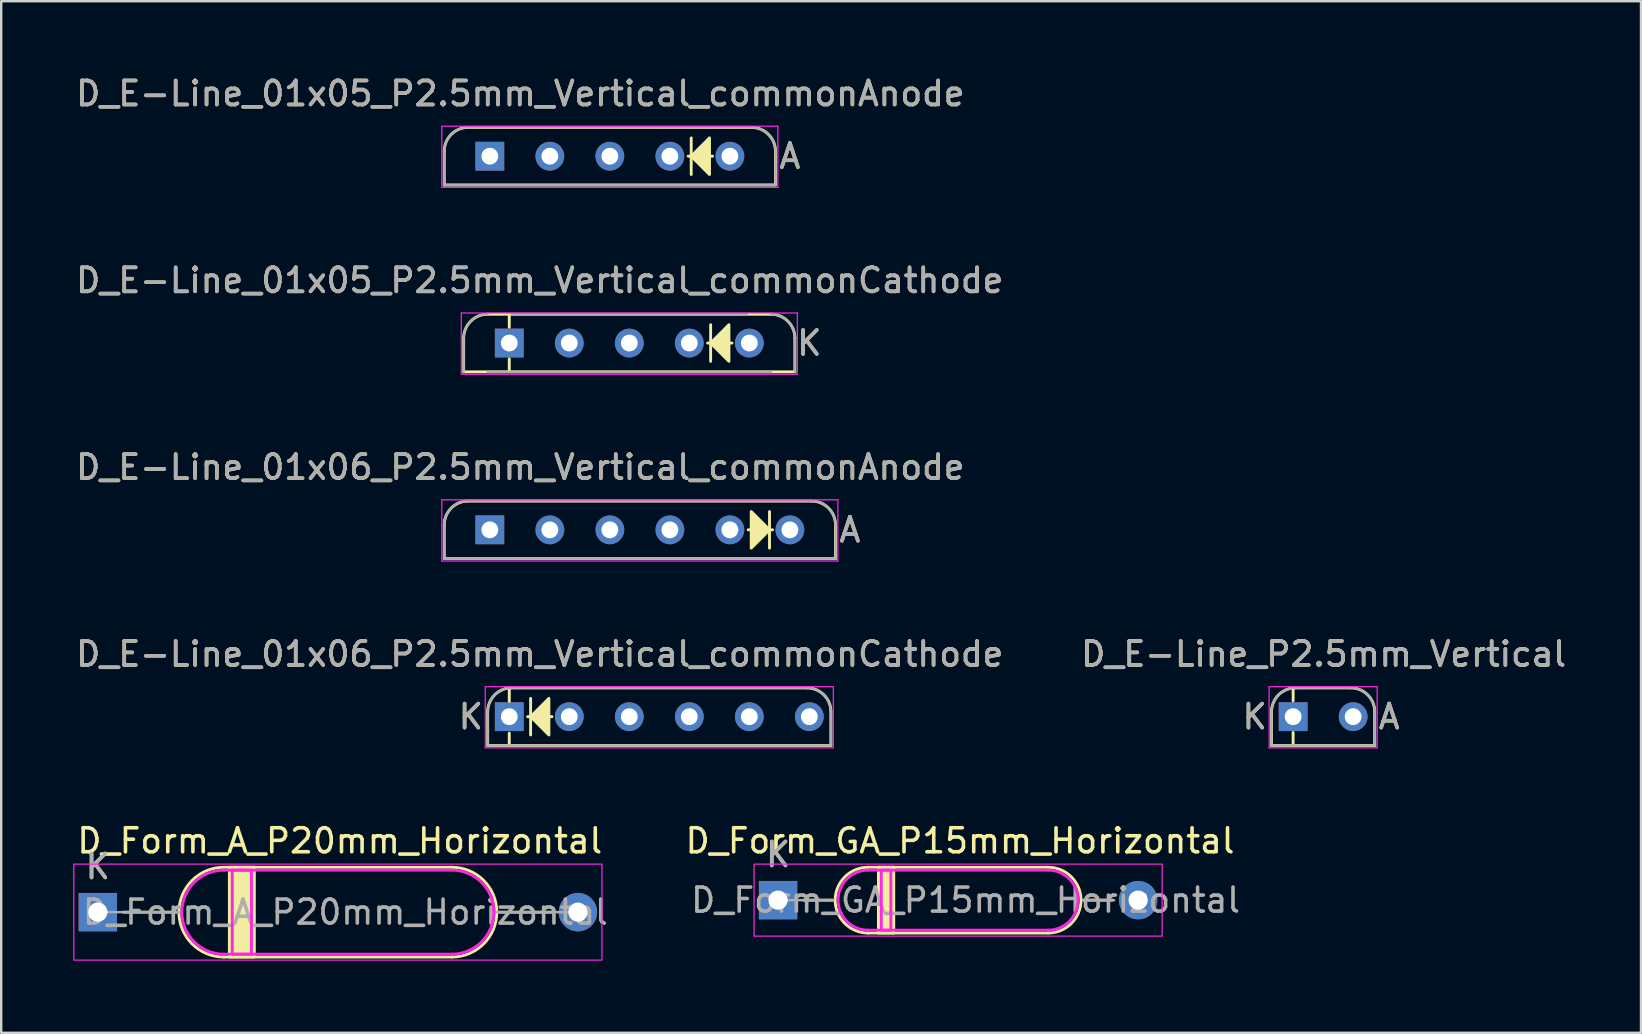
<source format=kicad_pcb>
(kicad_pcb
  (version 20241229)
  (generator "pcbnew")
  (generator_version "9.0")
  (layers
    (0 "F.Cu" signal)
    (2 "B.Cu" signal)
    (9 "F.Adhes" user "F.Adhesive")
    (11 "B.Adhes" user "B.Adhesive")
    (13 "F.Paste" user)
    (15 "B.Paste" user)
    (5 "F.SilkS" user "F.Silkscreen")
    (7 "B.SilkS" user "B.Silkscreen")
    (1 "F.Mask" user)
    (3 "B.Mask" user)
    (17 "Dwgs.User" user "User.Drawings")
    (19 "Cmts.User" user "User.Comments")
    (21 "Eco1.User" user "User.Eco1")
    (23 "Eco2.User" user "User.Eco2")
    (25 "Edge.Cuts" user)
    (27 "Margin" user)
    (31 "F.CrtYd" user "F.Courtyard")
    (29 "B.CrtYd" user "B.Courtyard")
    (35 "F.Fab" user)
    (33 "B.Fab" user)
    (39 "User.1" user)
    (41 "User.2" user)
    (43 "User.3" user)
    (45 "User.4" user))
  (footprint "D_E-Line_01x05_P2.5mm_Vertical_commonCathode"
    (layer "F.Cu")
    (at 18.165 11.24)
    (property "Reference" "D_E-Line_01x05_P2.5mm_Vertical_commonCathode" (at 1.27 -2.609 0) (layer "F.SilkS") (effects (font (size 1 1) (thickness 0.15))))
    (attr through_hole)
    (fp_line (start -1.9 -0.2) (end -1.9 1.2) (stroke (width 0.12) (type solid)) (layer "F.SilkS"))
    (fp_line (start -1.9 1.2) (end 11.9 1.2) (stroke (width 0.12) (type solid)) (layer "F.SilkS"))
    (fp_line (start 0 -1.168) (end 0 -0.66) (stroke (width 0.12) (type solid)) (layer "F.SilkS"))
    (fp_line (start 0 0.66) (end 0 1.168) (stroke (width 0.12) (type solid)) (layer "F.SilkS"))
    (fp_line (start 8.262 0) (end 9.278 0) (stroke (width 0.12) (type solid)) (layer "F.SilkS"))
    (fp_line (start 8.389 -0.762) (end 8.389 0.762) (stroke (width 0.12) (type solid)) (layer "F.SilkS"))
    (fp_line (start 10.9 -1.2) (end -0.9 -1.2) (stroke (width 0.12) (type solid)) (layer "F.SilkS"))
    (fp_line (start 11.9 1.2) (end 11.9 -0.2) (stroke (width 0.12) (type solid)) (layer "F.SilkS"))
    (fp_arc (start -1.9 -0.2) (mid -1.607107 -0.907107) (end -0.9 -1.2) (stroke (width 0.12) (type solid)) (layer "F.SilkS"))
    (fp_arc (start 10.9 -1.2) (mid 11.607107 -0.907107) (end 11.9 -0.2) (stroke (width 0.12) (type solid)) (layer "F.SilkS"))
    (fp_poly (pts (xy 9.151 0.762) (xy 8.389 0) (xy 9.151 -0.762)) (stroke (width 0.12) (type solid)) (fill yes) (layer "F.SilkS"))
    (fp_line (start -2 -1.25) (end -2 1.3) (stroke (width 0.05) (type solid)) (layer "F.CrtYd"))
    (fp_line (start -2 1.3) (end 12 1.3) (stroke (width 0.05) (type solid)) (layer "F.CrtYd"))
    (fp_line (start 12 -1.25) (end -2 -1.25) (stroke (width 0.05) (type solid)) (layer "F.CrtYd"))
    (fp_line (start 12 1.3) (end 12 -1.25) (stroke (width 0.05) (type solid)) (layer "F.CrtYd"))
    (fp_line (start -1.9 -0.2) (end -1.9 1.2) (stroke (width 0.1) (type solid)) (layer "F.Fab"))
    (fp_line (start -0.9 1.2) (end 10.9 1.2) (stroke (width 0.1) (type solid)) (layer "F.Fab"))
    (fp_line (start 9.9 -1.2) (end 0.1 -1.2) (stroke (width 0.1) (type solid)) (layer "F.Fab"))
    (fp_line (start 11.9 1.2) (end 11.9 -0.2) (stroke (width 0.1) (type solid)) (layer "F.Fab"))
    (fp_arc (start -1.9 -0.2) (mid -1.607107 -0.907107) (end -0.9 -1.2) (stroke (width 0.1) (type solid)) (layer "F.Fab"))
    (fp_arc (start 10.9 -1.2) (mid 11.607107 -0.907107) (end 11.9 -0.2) (stroke (width 0.1) (type solid)) (layer "F.Fab"))
    (fp_text user "K" (at 12.5 0 0) (layer "F.SilkS") (effects (font (size 1 1) (thickness 0.15))))
    (fp_text user "K" (at 12.5 0 0) (layer "F.Fab") (effects (font (size 1 1) (thickness 0.15))))
    (fp_text user "${REFERENCE}" (at 1.27 -2.609 0) (layer "F.Fab") (effects (font (size 1 1) (thickness 0.15))))
    (pad "1" thru_hole rect (at 0 0) (size 1.2 1.2) (drill 0.7) (layers "*.Cu" "*.Mask"))
    (pad "2" thru_hole oval (at 2.5 0) (size 1.2 1.2) (drill 0.7) (layers "*.Cu" "*.Mask"))
    (pad "3" thru_hole oval (at 5 0) (size 1.2 1.2) (drill 0.7) (layers "*.Cu" "*.Mask"))
    (pad "4" thru_hole oval (at 7.5 0) (size 1.2 1.2) (drill 0.7) (layers "*.Cu" "*.Mask"))
    (pad "5" thru_hole oval (at 10 0) (size 1.2 1.2) (drill 0.7) (layers "*.Cu" "*.Mask")))
  (footprint "D_Form_GA_P15mm_Horizontal"
    (layer "F.Cu")
    (at 29.362 34.448)
    (property "Reference" "D_Form_GA_P15mm_Horizontal" (at 7.58 -2.47 0) (layer "F.SilkS") (effects (font (size 1 1) (thickness 0.15))))
    (attr through_hole)
    (fp_line (start 1.06 0) (end 2.28 0) (stroke (width 0.12) (type solid)) (layer "F.SilkS"))
    (fp_line (start 11.25 -1.37) (end 3.75 -1.37) (stroke (width 0.12) (type solid)) (layer "F.SilkS"))
    (fp_line (start 11.25 1.37) (end 3.75 1.37) (stroke (width 0.12) (type solid)) (layer "F.SilkS"))
    (fp_line (start 13.94 0) (end 12.72 0) (stroke (width 0.12) (type solid)) (layer "F.SilkS"))
    (fp_rect (start 4.18 -1.37) (end 4.82 1.37) (stroke (width 0.12) (type solid)) (fill yes) (layer "F.SilkS"))
    (fp_arc (start 3.75 1.37) (mid 2.38 0) (end 3.75 -1.37) (stroke (width 0.12) (type solid)) (layer "F.SilkS"))
    (fp_arc (start 11.25 -1.37) (mid 12.62 0) (end 11.25 1.37) (stroke (width 0.12) (type solid)) (layer "F.SilkS"))
    (fp_line (start 11.25 -1.25) (end 3.75 -1.25) (stroke (width 0.12) (type solid)) (layer "F.CrtYd"))
    (fp_line (start 11.25 1.25) (end 3.75 1.25) (stroke (width 0.12) (type solid)) (layer "F.CrtYd"))
    (fp_rect (start 4.3 -1.25) (end 4.7 1.25) (stroke (width 0.12) (type solid)) (fill no) (layer "F.CrtYd"))
    (fp_rect (start 16 1.5) (end -1 -1.5) (stroke (width 0.05) (type solid)) (fill no) (layer "F.CrtYd"))
    (fp_arc (start 3.75 1.25) (mid 2.5 0) (end 3.75 -1.25) (stroke (width 0.12) (type solid)) (layer "F.CrtYd"))
    (fp_arc (start 11.25 -1.25) (mid 12.5 0) (end 11.25 1.25) (stroke (width 0.12) (type solid)) (layer "F.CrtYd"))
    (fp_line (start 0 0) (end 2.3 0) (stroke (width 0.1) (type solid)) (layer "F.Fab"))
    (fp_line (start 14 0) (end 12.7 0) (stroke (width 0.1) (type solid)) (layer "F.Fab"))
    (fp_text user "K" (at 0 -1.9 0) (layer "F.SilkS") (effects (font (size 1 1) (thickness 0.15))))
    (fp_text user "${REFERENCE}" (at 7.81 0 0) (layer "F.Fab") (effects (font (size 1 1) (thickness 0.15))))
    (fp_text user "K" (at 0 -1.9 0) (layer "F.Fab") (effects (font (size 1 1) (thickness 0.15))))
    (pad "1" thru_hole rect (at 0 0) (size 1.6 1.6) (drill 0.8) (layers "*.Cu" "*.Mask"))
    (pad "2" thru_hole oval (at 15 0) (size 1.6 1.6) (drill 0.8) (layers "*.Cu" "*.Mask")))
  (footprint "D_Form_A_P20mm_Horizontal"
    (layer "F.Cu")
    (at 1.025 34.948)
    (property "Reference" "D_Form_A_P20mm_Horizontal" (at 10.08 -2.97 0) (layer "F.SilkS") (effects (font (size 1 1) (thickness 0.15))))
    (attr through_hole)
    (fp_line (start 1.06 0) (end 3.28 0) (stroke (width 0.12) (type solid)) (layer "F.SilkS"))
    (fp_line (start 14.75 -1.87) (end 5.25 -1.87) (stroke (width 0.12) (type solid)) (layer "F.SilkS"))
    (fp_line (start 14.75 1.87) (end 5.25 1.87) (stroke (width 0.12) (type solid)) (layer "F.SilkS"))
    (fp_line (start 18.94 0) (end 16.72 0) (stroke (width 0.12) (type solid)) (layer "F.SilkS"))
    (fp_rect (start 5.48 -1.87) (end 6.52 1.87) (stroke (width 0.12) (type solid)) (fill yes) (layer "F.SilkS"))
    (fp_arc (start 5.25 1.87) (mid 3.38 0) (end 5.25 -1.87) (stroke (width 0.12) (type solid)) (layer "F.SilkS"))
    (fp_arc (start 14.75 -1.87) (mid 16.62 0) (end 14.75 1.87) (stroke (width 0.12) (type solid)) (layer "F.SilkS"))
    (fp_line (start 14.75 -1.75) (end 5.25 -1.75) (stroke (width 0.12) (type solid)) (layer "F.CrtYd"))
    (fp_line (start 14.75 1.75) (end 5.25 1.75) (stroke (width 0.12) (type solid)) (layer "F.CrtYd"))
    (fp_rect (start 5.6 -1.75) (end 6.4 1.75) (stroke (width 0.12) (type solid)) (fill no) (layer "F.CrtYd"))
    (fp_rect (start 21 2) (end -1 -2) (stroke (width 0.05) (type solid)) (fill no) (layer "F.CrtYd"))
    (fp_arc (start 5.25 1.75) (mid 3.5 0) (end 5.25 -1.75) (stroke (width 0.12) (type solid)) (layer "F.CrtYd"))
    (fp_arc (start 14.75 -1.75) (mid 16.5 0) (end 14.75 1.75) (stroke (width 0.12) (type solid)) (layer "F.CrtYd"))
    (fp_line (start 0 0) (end 3.5 0) (stroke (width 0.1) (type solid)) (layer "F.Fab"))
    (fp_line (start 20 0) (end 16.5 0) (stroke (width 0.1) (type solid)) (layer "F.Fab"))
    (fp_text user "K" (at 0 -1.9 0) (layer "F.SilkS") (effects (font (size 1 1) (thickness 0.15))))
    (fp_text user "${REFERENCE}" (at 10.31 0 0) (layer "F.Fab") (effects (font (size 1 1) (thickness 0.15))))
    (fp_text user "K" (at 0 -1.9 0) (layer "F.Fab") (effects (font (size 1 1) (thickness 0.15))))
    (pad "1" thru_hole rect (at 0 0) (size 1.6 1.6) (drill 0.8) (layers "*.Cu" "*.Mask"))
    (pad "2" thru_hole oval (at 20 0) (size 1.6 1.6) (drill 0.8) (layers "*.Cu" "*.Mask")))
  (footprint "D_E-Line_01x06_P2.5mm_Vertical_commonAnode"
    (layer "F.Cu")
    (at 17.355 19.022)
    (property "Reference" "D_E-Line_01x06_P2.5mm_Vertical_commonAnode" (at 1.27 -2.609 0) (layer "F.SilkS") (effects (font (size 1 1) (thickness 0.15))))
    (attr through_hole)
    (fp_line (start -1.9 -0.2) (end -1.9 1.2) (stroke (width 0.12) (type solid)) (layer "F.SilkS"))
    (fp_line (start -1.9 1.2) (end 14.4 1.2) (stroke (width 0.12) (type solid)) (layer "F.SilkS"))
    (fp_line (start 11.651 0.762) (end 11.651 -0.762) (stroke (width 0.12) (type solid)) (layer "F.SilkS"))
    (fp_line (start 11.778 0) (end 10.762 0) (stroke (width 0.12) (type solid)) (layer "F.SilkS"))
    (fp_line (start 13.4 -1.2) (end -0.9 -1.2) (stroke (width 0.12) (type solid)) (layer "F.SilkS"))
    (fp_line (start 14.4 1.2) (end 14.4 -0.2) (stroke (width 0.12) (type solid)) (layer "F.SilkS"))
    (fp_arc (start -1.9 -0.2) (mid -1.607107 -0.907107) (end -0.9 -1.2) (stroke (width 0.12) (type solid)) (layer "F.SilkS"))
    (fp_arc (start 13.4 -1.2) (mid 14.107107 -0.907107) (end 14.4 -0.2) (stroke (width 0.12) (type solid)) (layer "F.SilkS"))
    (fp_poly (pts (xy 10.889 -0.762) (xy 11.651 0) (xy 10.889 0.762)) (stroke (width 0.12) (type solid)) (fill yes) (layer "F.SilkS"))
    (fp_line (start -2 -1.25) (end -2 1.3) (stroke (width 0.05) (type solid)) (layer "F.CrtYd"))
    (fp_line (start -2 1.3) (end 14.5 1.3) (stroke (width 0.05) (type solid)) (layer "F.CrtYd"))
    (fp_line (start 14.5 -1.25) (end -2 -1.25) (stroke (width 0.05) (type solid)) (layer "F.CrtYd"))
    (fp_line (start 14.5 1.3) (end 14.5 -1.25) (stroke (width 0.05) (type solid)) (layer "F.CrtYd"))
    (fp_line (start -1.9 -0.2) (end -1.9 1.2) (stroke (width 0.1) (type solid)) (layer "F.Fab"))
    (fp_line (start -1.9 1.2) (end 14.4 1.2) (stroke (width 0.1) (type solid)) (layer "F.Fab"))
    (fp_line (start 13.4 -1.2) (end -0.9 -1.2) (stroke (width 0.1) (type solid)) (layer "F.Fab"))
    (fp_line (start 14.4 1.2) (end 14.4 -0.2) (stroke (width 0.1) (type solid)) (layer "F.Fab"))
    (fp_arc (start -1.9 -0.2) (mid -1.607107 -0.907107) (end -0.9 -1.2) (stroke (width 0.1) (type solid)) (layer "F.Fab"))
    (fp_arc (start 13.4 -1.2) (mid 14.107107 -0.907107) (end 14.4 -0.2) (stroke (width 0.1) (type solid)) (layer "F.Fab"))
    (fp_text user "A" (at 15 0 0) (layer "F.SilkS") (effects (font (size 1 1) (thickness 0.15))))
    (fp_text user "${REFERENCE}" (at 1.27 -2.609 0) (layer "F.Fab") (effects (font (size 1 1) (thickness 0.15))))
    (fp_text user "A" (at 15 0 0) (layer "F.Fab") (effects (font (size 1 1) (thickness 0.15))))
    (pad "1" thru_hole rect (at 0 0) (size 1.2 1.2) (drill 0.7) (layers "*.Cu" "*.Mask"))
    (pad "2" thru_hole oval (at 2.5 0) (size 1.2 1.2) (drill 0.7) (layers "*.Cu" "*.Mask"))
    (pad "3" thru_hole oval (at 5 0) (size 1.2 1.2) (drill 0.7) (layers "*.Cu" "*.Mask"))
    (pad "4" thru_hole oval (at 7.5 0) (size 1.2 1.2) (drill 0.7) (layers "*.Cu" "*.Mask"))
    (pad "5" thru_hole oval (at 10 0) (size 1.2 1.2) (drill 0.7) (layers "*.Cu" "*.Mask"))
    (pad "6" thru_hole oval (at 12.5 0) (size 1.2 1.2) (drill 0.7) (layers "*.Cu" "*.Mask")))
  (footprint "D_E-Line_01x05_P2.5mm_Vertical_commonAnode"
    (layer "F.Cu")
    (at 17.355 3.457)
    (property "Reference" "D_E-Line_01x05_P2.5mm_Vertical_commonAnode" (at 1.27 -2.609 0) (layer "F.SilkS") (effects (font (size 1 1) (thickness 0.15))))
    (attr through_hole)
    (fp_line (start -1.9 -0.2) (end -1.9 1.2) (stroke (width 0.12) (type solid)) (layer "F.SilkS"))
    (fp_line (start -1.9 1.2) (end 11.9 1.2) (stroke (width 0.12) (type solid)) (layer "F.SilkS"))
    (fp_line (start 8.262 0) (end 9.278 0) (stroke (width 0.12) (type solid)) (layer "F.SilkS"))
    (fp_line (start 8.389 -0.762) (end 8.389 0.762) (stroke (width 0.12) (type solid)) (layer "F.SilkS"))
    (fp_line (start 10.9 -1.2) (end -0.9 -1.2) (stroke (width 0.12) (type solid)) (layer "F.SilkS"))
    (fp_line (start 11.9 1.2) (end 11.9 -0.2) (stroke (width 0.12) (type solid)) (layer "F.SilkS"))
    (fp_arc (start -1.9 -0.2) (mid -1.607107 -0.907107) (end -0.9 -1.2) (stroke (width 0.12) (type solid)) (layer "F.SilkS"))
    (fp_arc (start 10.9 -1.2) (mid 11.607107 -0.907107) (end 11.9 -0.2) (stroke (width 0.12) (type solid)) (layer "F.SilkS"))
    (fp_poly (pts (xy 9.151 0.762) (xy 8.389 0) (xy 9.151 -0.762)) (stroke (width 0.12) (type solid)) (fill yes) (layer "F.SilkS"))
    (fp_line (start -2 -1.25) (end -2 1.3) (stroke (width 0.05) (type solid)) (layer "F.CrtYd"))
    (fp_line (start -2 1.3) (end 12 1.3) (stroke (width 0.05) (type solid)) (layer "F.CrtYd"))
    (fp_line (start 12 -1.25) (end -2 -1.25) (stroke (width 0.05) (type solid)) (layer "F.CrtYd"))
    (fp_line (start 12 1.3) (end 12 -1.25) (stroke (width 0.05) (type solid)) (layer "F.CrtYd"))
    (fp_line (start -1.9 -0.2) (end -1.9 1.2) (stroke (width 0.1) (type solid)) (layer "F.Fab"))
    (fp_line (start -1.9 1.2) (end 11.9 1.2) (stroke (width 0.1) (type solid)) (layer "F.Fab"))
    (fp_line (start 10.9 -1.2) (end -0.9 -1.2) (stroke (width 0.1) (type solid)) (layer "F.Fab"))
    (fp_line (start 11.9 1.2) (end 11.9 -0.2) (stroke (width 0.1) (type solid)) (layer "F.Fab"))
    (fp_arc (start -1.9 -0.2) (mid -1.607107 -0.907107) (end -0.9 -1.2) (stroke (width 0.1) (type solid)) (layer "F.Fab"))
    (fp_arc (start 10.9 -1.2) (mid 11.607107 -0.907107) (end 11.9 -0.2) (stroke (width 0.1) (type solid)) (layer "F.Fab"))
    (fp_text user "A" (at 12.5 0 0) (layer "F.SilkS") (effects (font (size 1 1) (thickness 0.15))))
    (fp_text user "${REFERENCE}" (at 1.27 -2.609 0) (layer "F.Fab") (effects (font (size 1 1) (thickness 0.15))))
    (fp_text user "A" (at 12.5 0 0) (layer "F.Fab") (effects (font (size 1 1) (thickness 0.15))))
    (pad "1" thru_hole rect (at 0 0) (size 1.2 1.2) (drill 0.7) (layers "*.Cu" "*.Mask"))
    (pad "2" thru_hole oval (at 2.5 0) (size 1.2 1.2) (drill 0.7) (layers "*.Cu" "*.Mask"))
    (pad "3" thru_hole oval (at 5 0) (size 1.2 1.2) (drill 0.7) (layers "*.Cu" "*.Mask"))
    (pad "4" thru_hole oval (at 7.5 0) (size 1.2 1.2) (drill 0.7) (layers "*.Cu" "*.Mask"))
    (pad "5" thru_hole oval (at 10 0) (size 1.2 1.2) (drill 0.7) (layers "*.Cu" "*.Mask")))
  (footprint "D_E-Line_01x06_P2.5mm_Vertical_commonCathode"
    (layer "F.Cu")
    (at 18.165 26.805)
    (property "Reference" "D_E-Line_01x06_P2.5mm_Vertical_commonCathode" (at 1.27 -2.609 0) (layer "F.SilkS") (effects (font (size 1 1) (thickness 0.15))))
    (attr through_hole)
    (fp_line (start -0.9 -0.2) (end -0.9 1.2) (stroke (width 0.12) (type solid)) (layer "F.SilkS"))
    (fp_line (start -0.9 1.2) (end 13.4 1.2) (stroke (width 0.12) (type solid)) (layer "F.SilkS"))
    (fp_line (start 0 -1.143) (end 0 -0.635) (stroke (width 0.12) (type solid)) (layer "F.SilkS"))
    (fp_line (start 0 0.686) (end 0 1.194) (stroke (width 0.12) (type solid)) (layer "F.SilkS"))
    (fp_line (start 0.762 0) (end 1.778 0) (stroke (width 0.12) (type solid)) (layer "F.SilkS"))
    (fp_line (start 0.889 -0.762) (end 0.889 0.762) (stroke (width 0.12) (type solid)) (layer "F.SilkS"))
    (fp_line (start 12.4 -1.2) (end 0.1 -1.2) (stroke (width 0.12) (type solid)) (layer "F.SilkS"))
    (fp_line (start 13.4 1.2) (end 13.4 -0.2) (stroke (width 0.12) (type solid)) (layer "F.SilkS"))
    (fp_arc (start -0.9 -0.2) (mid -0.607107 -0.907107) (end 0.1 -1.2) (stroke (width 0.12) (type solid)) (layer "F.SilkS"))
    (fp_arc (start 12.4 -1.2) (mid 13.107107 -0.907107) (end 13.4 -0.2) (stroke (width 0.12) (type solid)) (layer "F.SilkS"))
    (fp_poly (pts (xy 1.651 0.762) (xy 0.889 0) (xy 1.651 -0.762)) (stroke (width 0.12) (type solid)) (fill yes) (layer "F.SilkS"))
    (fp_line (start -1 -1.25) (end -1 1.3) (stroke (width 0.05) (type solid)) (layer "F.CrtYd"))
    (fp_line (start -1 1.3) (end 13.5 1.3) (stroke (width 0.05) (type solid)) (layer "F.CrtYd"))
    (fp_line (start 13.5 -1.25) (end -1 -1.25) (stroke (width 0.05) (type solid)) (layer "F.CrtYd"))
    (fp_line (start 13.5 1.3) (end 13.5 -1.25) (stroke (width 0.05) (type solid)) (layer "F.CrtYd"))
    (fp_line (start -0.9 -0.2) (end -0.9 1.2) (stroke (width 0.1) (type solid)) (layer "F.Fab"))
    (fp_line (start -0.9 1.2) (end 13.4 1.2) (stroke (width 0.1) (type solid)) (layer "F.Fab"))
    (fp_line (start 12.4 -1.2) (end 0.1 -1.2) (stroke (width 0.1) (type solid)) (layer "F.Fab"))
    (fp_line (start 13.4 1.2) (end 13.4 -0.2) (stroke (width 0.1) (type solid)) (layer "F.Fab"))
    (fp_arc (start -0.9 -0.2) (mid -0.607107 -0.907107) (end 0.1 -1.2) (stroke (width 0.1) (type solid)) (layer "F.Fab"))
    (fp_arc (start 12.4 -1.2) (mid 13.107107 -0.907107) (end 13.4 -0.2) (stroke (width 0.1) (type solid)) (layer "F.Fab"))
    (fp_text user "K" (at -1.6 0 0) (layer "F.SilkS") (effects (font (size 1 1) (thickness 0.15))))
    (fp_text user "K" (at -1.6 0 0) (layer "F.Fab") (effects (font (size 1 1) (thickness 0.15))))
    (fp_text user "${REFERENCE}" (at 1.27 -2.609 0) (layer "F.Fab") (effects (font (size 1 1) (thickness 0.15))))
    (pad "1" thru_hole rect (at 0 0) (size 1.2 1.2) (drill 0.7) (layers "*.Cu" "*.Mask"))
    (pad "2" thru_hole oval (at 2.5 0) (size 1.2 1.2) (drill 0.7) (layers "*.Cu" "*.Mask"))
    (pad "3" thru_hole oval (at 5 0) (size 1.2 1.2) (drill 0.7) (layers "*.Cu" "*.Mask"))
    (pad "4" thru_hole oval (at 7.5 0) (size 1.2 1.2) (drill 0.7) (layers "*.Cu" "*.Mask"))
    (pad "5" thru_hole oval (at 10 0) (size 1.2 1.2) (drill 0.7) (layers "*.Cu" "*.Mask"))
    (pad "6" thru_hole oval (at 12.5 0) (size 1.2 1.2) (drill 0.7) (layers "*.Cu" "*.Mask")))
  (footprint "D_E-Line_P2.5mm_Vertical"
    (layer "F.Cu")
    (at 50.819 26.805)
    (property "Reference" "D_E-Line_P2.5mm_Vertical" (at 1.27 -2.609 0) (layer "F.SilkS") (effects (font (size 1 1) (thickness 0.15))))
    (attr through_hole)
    (fp_line (start -0.9 -0.2) (end -0.9 1.2) (stroke (width 0.12) (type solid)) (layer "F.SilkS"))
    (fp_line (start -0.9 1.2) (end 3.4 1.2) (stroke (width 0.12) (type solid)) (layer "F.SilkS"))
    (fp_line (start 0 -1.168) (end 0 -0.66) (stroke (width 0.12) (type solid)) (layer "F.SilkS"))
    (fp_line (start 0 0.66) (end 0 1.168) (stroke (width 0.12) (type solid)) (layer "F.SilkS"))
    (fp_line (start 2.4 -1.2) (end 0.1 -1.2) (stroke (width 0.12) (type solid)) (layer "F.SilkS"))
    (fp_line (start 3.4 1.2) (end 3.4 -0.2) (stroke (width 0.12) (type solid)) (layer "F.SilkS"))
    (fp_arc (start -0.9 -0.2) (mid -0.607107 -0.907107) (end 0.1 -1.2) (stroke (width 0.12) (type solid)) (layer "F.SilkS"))
    (fp_arc (start 2.4 -1.2) (mid 3.107107 -0.907107) (end 3.4 -0.2) (stroke (width 0.12) (type solid)) (layer "F.SilkS"))
    (fp_line (start -1 -1.25) (end -1 1.3) (stroke (width 0.05) (type solid)) (layer "F.CrtYd"))
    (fp_line (start -1 1.3) (end 3.5 1.3) (stroke (width 0.05) (type solid)) (layer "F.CrtYd"))
    (fp_line (start 3.5 -1.25) (end -1 -1.25) (stroke (width 0.05) (type solid)) (layer "F.CrtYd"))
    (fp_line (start 3.5 1.3) (end 3.5 -1.25) (stroke (width 0.05) (type solid)) (layer "F.CrtYd"))
    (fp_line (start -0.9 -0.2) (end -0.9 1.2) (stroke (width 0.1) (type solid)) (layer "F.Fab"))
    (fp_line (start -0.9 1.2) (end 3.4 1.2) (stroke (width 0.1) (type solid)) (layer "F.Fab"))
    (fp_line (start 2.4 -1.2) (end 0.1 -1.2) (stroke (width 0.1) (type solid)) (layer "F.Fab"))
    (fp_line (start 3.4 1.2) (end 3.4 -0.2) (stroke (width 0.1) (type solid)) (layer "F.Fab"))
    (fp_arc (start -0.9 -0.2) (mid -0.607107 -0.907107) (end 0.1 -1.2) (stroke (width 0.1) (type solid)) (layer "F.Fab"))
    (fp_arc (start 2.4 -1.2) (mid 3.107107 -0.907107) (end 3.4 -0.2) (stroke (width 0.1) (type solid)) (layer "F.Fab"))
    (fp_text user "A" (at 4 0 0) (layer "F.SilkS") (effects (font (size 1 1) (thickness 0.15))))
    (fp_text user "K" (at -1.6 0 0) (layer "F.SilkS") (effects (font (size 1 1) (thickness 0.15))))
    (fp_text user "${REFERENCE}" (at 1.27 -2.609 0) (layer "F.Fab") (effects (font (size 1 1) (thickness 0.15))))
    (fp_text user "K" (at -1.6 0 0) (layer "F.Fab") (effects (font (size 1 1) (thickness 0.15))))
    (fp_text user "A" (at 4 0 0) (layer "F.Fab") (effects (font (size 1 1) (thickness 0.15))))
    (pad "1" thru_hole rect (at 0 0) (size 1.2 1.2) (drill 0.7) (layers "*.Cu" "*.Mask"))
    (pad "2" thru_hole oval (at 2.5 0) (size 1.2 1.2) (drill 0.7) (layers "*.Cu" "*.Mask")))
  (gr_rect
    (start -3 -3)
    (end 65.31 39.973)
    (stroke (width 0.1) (type default))
    (fill no)
    (layer "Edge.Cuts")))
</source>
